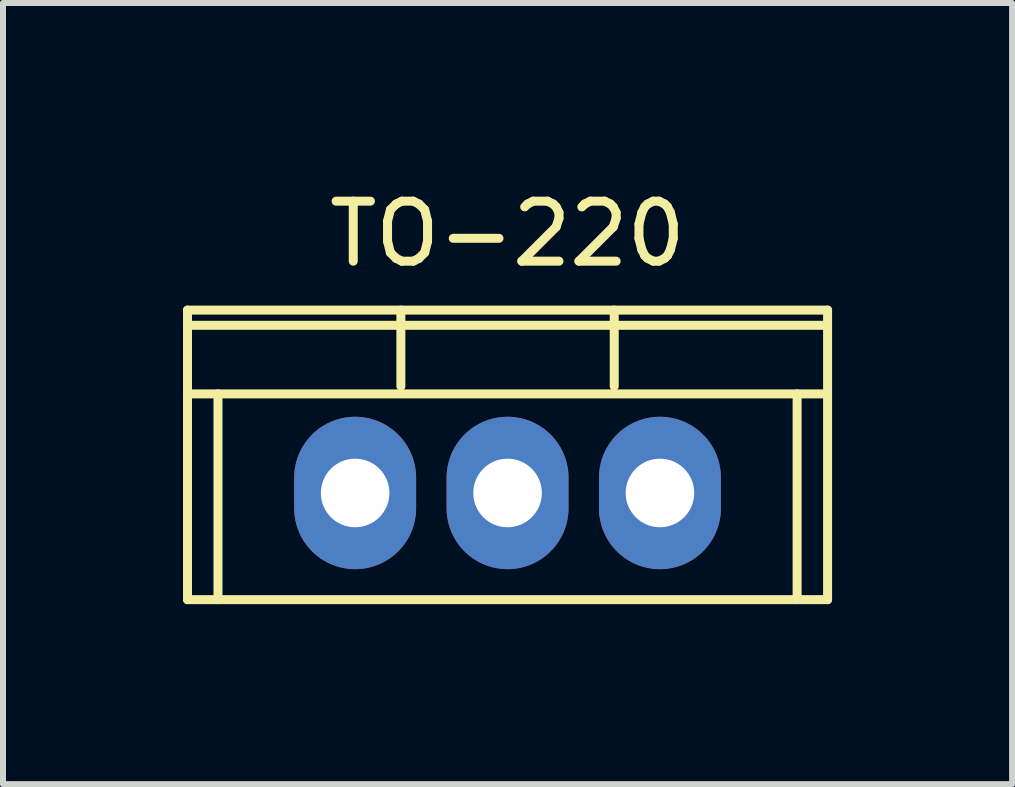
<source format=kicad_pcb>
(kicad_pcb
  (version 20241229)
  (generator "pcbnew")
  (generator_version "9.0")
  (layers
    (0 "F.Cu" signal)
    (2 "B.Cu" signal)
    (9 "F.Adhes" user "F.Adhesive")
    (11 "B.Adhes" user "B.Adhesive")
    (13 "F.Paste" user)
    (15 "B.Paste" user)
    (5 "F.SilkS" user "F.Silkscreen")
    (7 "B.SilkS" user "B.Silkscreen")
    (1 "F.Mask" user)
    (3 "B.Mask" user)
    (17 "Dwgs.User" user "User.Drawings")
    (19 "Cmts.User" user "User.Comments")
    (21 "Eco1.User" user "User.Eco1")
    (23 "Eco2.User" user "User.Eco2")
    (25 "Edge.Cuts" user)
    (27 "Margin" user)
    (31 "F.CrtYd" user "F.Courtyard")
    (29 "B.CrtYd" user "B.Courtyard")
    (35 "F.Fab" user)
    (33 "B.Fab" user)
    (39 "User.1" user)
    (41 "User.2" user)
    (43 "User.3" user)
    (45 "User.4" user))
  (footprint "TO-220"
    (layer "F.Cu")
    (at 5.409 5.166)
    (property "Reference" "TO-220" (at 0 -4.318 0) (layer "F.SilkS") (effects (font (size 1 1) (thickness 0.15))))
    (attr through_hole)
    (fp_line (start -5.334 -3.048) (end -5.334 1.778) (stroke (width 0.15) (type solid)) (layer "F.SilkS"))
    (fp_line (start -5.334 -1.651) (end 5.334 -1.651) (stroke (width 0.15) (type solid)) (layer "F.SilkS"))
    (fp_line (start -4.826 -1.651) (end -4.826 1.778) (stroke (width 0.15) (type solid)) (layer "F.SilkS"))
    (fp_line (start -1.778 -1.778) (end -1.778 -3.048) (stroke (width 0.15) (type solid)) (layer "F.SilkS"))
    (fp_line (start 1.778 -1.778) (end 1.778 -3.048) (stroke (width 0.15) (type solid)) (layer "F.SilkS"))
    (fp_line (start 4.826 -1.651) (end 4.826 1.778) (stroke (width 0.15) (type solid)) (layer "F.SilkS"))
    (fp_line (start 5.334 -3.048) (end -5.334 -3.048) (stroke (width 0.15) (type solid)) (layer "F.SilkS"))
    (fp_line (start 5.334 -3.048) (end 5.334 1.778) (stroke (width 0.15) (type solid)) (layer "F.SilkS"))
    (fp_line (start 5.334 -2.794) (end -5.334 -2.794) (stroke (width 0.15) (type solid)) (layer "F.SilkS"))
    (fp_line (start 5.334 1.778) (end -5.334 1.778) (stroke (width 0.15) (type solid)) (layer "F.SilkS"))
    (pad "1" thru_hole oval (at 0 0) (size 2.032 2.54) (drill 1.143) (layers "*.Cu" "*.Mask"))
    (pad "2" thru_hole oval (at -2.54 0) (size 2.032 2.54) (drill 1.143) (layers "*.Cu" "*.Mask"))
    (pad "3" thru_hole oval (at 2.54 0) (size 2.032 2.54) (drill 1.143) (layers "*.Cu" "*.Mask")))
  (gr_rect
    (start -3 -3)
    (end 13.818 10.019)
    (stroke (width 0.1) (type default))
    (fill no)
    (layer "Edge.Cuts")))
</source>
